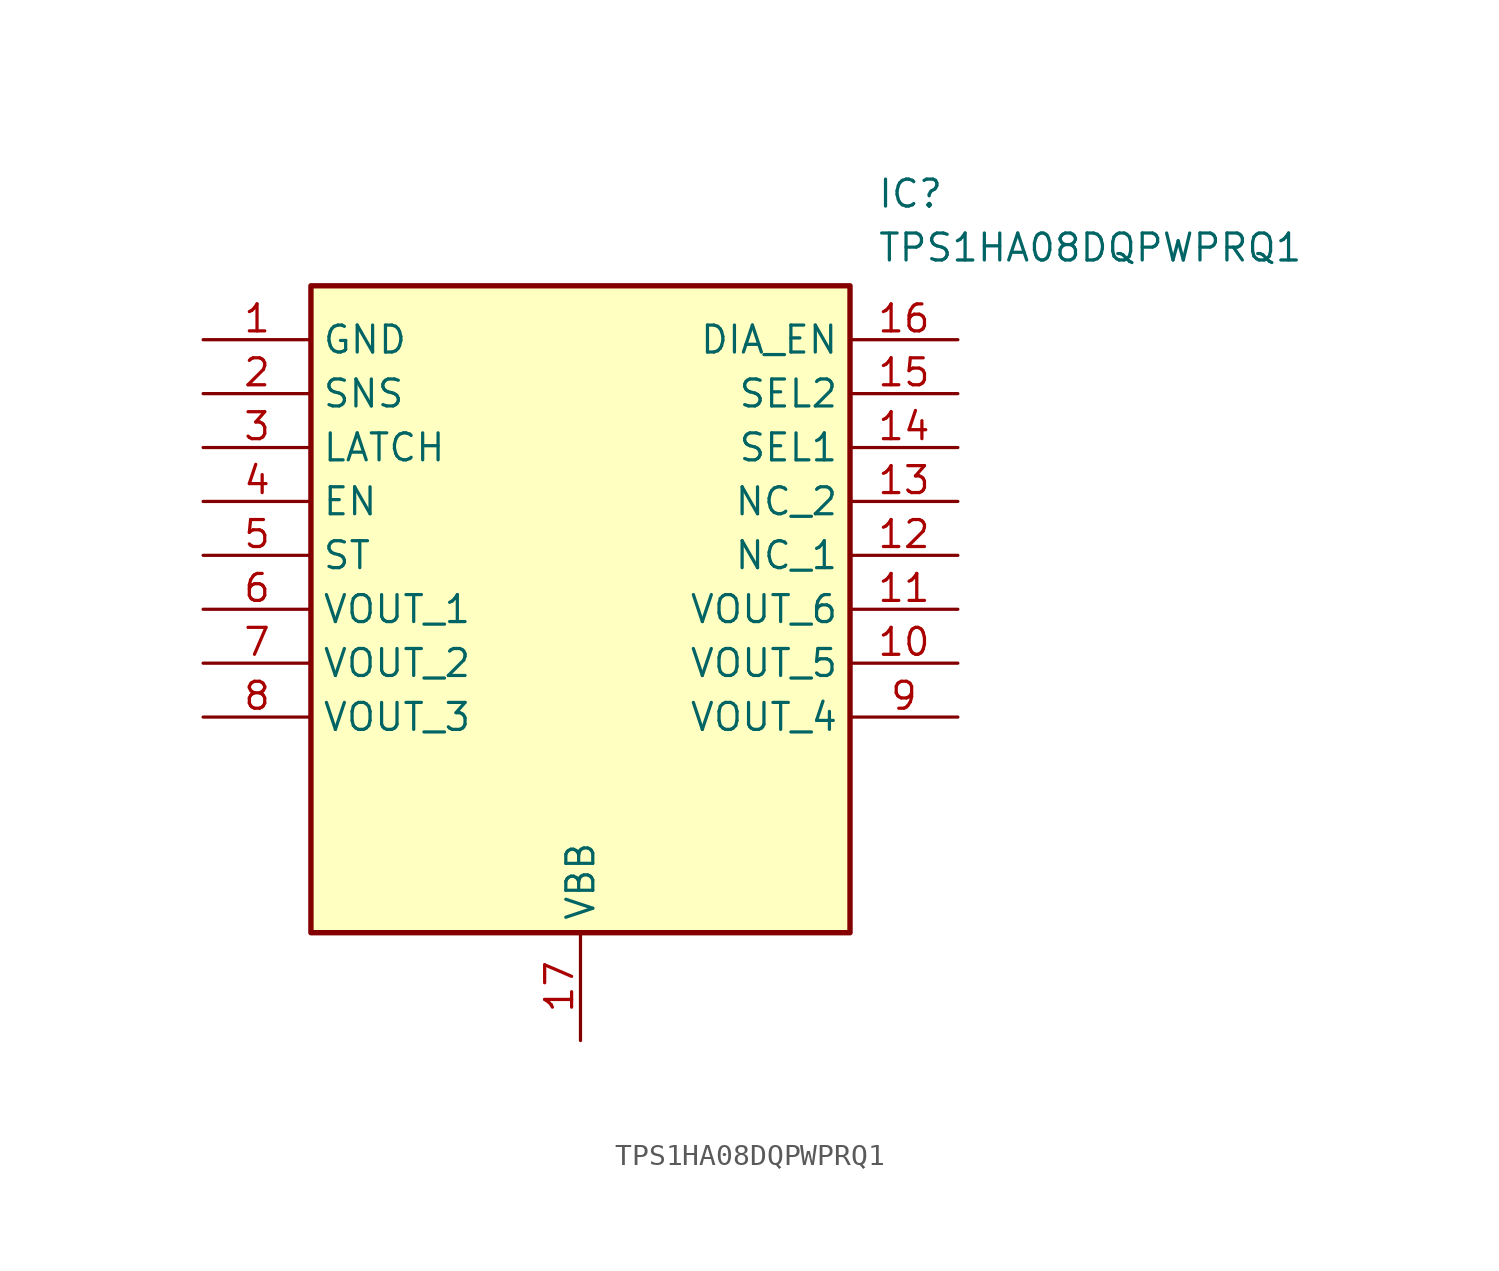
<source format=kicad_sym>
(kicad_symbol_lib
  (version 20211014)
  (generator SamacSys_ECAD_Model)
  (symbol "TPS1HA08DQPWPRQ1"
    (property "Reference" "IC"
      (at 31.75 7.62 0)
      (effects (font (size 1.27 1.27)) (justify left top)))
    (property "Value" "TPS1HA08DQPWPRQ1"
      (at 31.75 5.08 0)
      (effects (font (size 1.27 1.27)) (justify left top)))
    (rectangle
      (start 5.08 2.54)
      (end 30.48 -27.94)
      (stroke (width 0.254) (type default))
      (fill (type background)))
    (pin passive line
      (at 0 0 0)
      (length 5.08)
      (name "GND" (effects (font (size 1.27 1.27))))
      (number "1" (effects (font (size 1.27 1.27)))))
    (pin passive line
      (at 0 -2.54 0)
      (length 5.08)
      (name "SNS" (effects (font (size 1.27 1.27))))
      (number "2" (effects (font (size 1.27 1.27)))))
    (pin passive line
      (at 0 -5.08 0)
      (length 5.08)
      (name "LATCH" (effects (font (size 1.27 1.27))))
      (number "3" (effects (font (size 1.27 1.27)))))
    (pin passive line
      (at 0 -7.62 0)
      (length 5.08)
      (name "EN" (effects (font (size 1.27 1.27))))
      (number "4" (effects (font (size 1.27 1.27)))))
    (pin passive line
      (at 0 -10.16 0)
      (length 5.08)
      (name "ST" (effects (font (size 1.27 1.27))))
      (number "5" (effects (font (size 1.27 1.27)))))
    (pin passive line
      (at 0 -12.7 0)
      (length 5.08)
      (name "VOUT_1" (effects (font (size 1.27 1.27))))
      (number "6" (effects (font (size 1.27 1.27)))))
    (pin passive line
      (at 0 -15.24 0)
      (length 5.08)
      (name "VOUT_2" (effects (font (size 1.27 1.27))))
      (number "7" (effects (font (size 1.27 1.27)))))
    (pin passive line
      (at 0 -17.78 0)
      (length 5.08)
      (name "VOUT_3" (effects (font (size 1.27 1.27))))
      (number "8" (effects (font (size 1.27 1.27)))))
    (pin passive line
      (at 17.78 -33.02 90)
      (length 5.08)
      (name "VBB" (effects (font (size 1.27 1.27))))
      (number "17" (effects (font (size 1.27 1.27)))))
    (pin passive line
      (at 35.56 0 180)
      (length 5.08)
      (name "DIA_EN" (effects (font (size 1.27 1.27))))
      (number "16" (effects (font (size 1.27 1.27)))))
    (pin passive line
      (at 35.56 -2.54 180)
      (length 5.08)
      (name "SEL2" (effects (font (size 1.27 1.27))))
      (number "15" (effects (font (size 1.27 1.27)))))
    (pin passive line
      (at 35.56 -5.08 180)
      (length 5.08)
      (name "SEL1" (effects (font (size 1.27 1.27))))
      (number "14" (effects (font (size 1.27 1.27)))))
    (pin passive line
      (at 35.56 -7.62 180)
      (length 5.08)
      (name "NC_2" (effects (font (size 1.27 1.27))))
      (number "13" (effects (font (size 1.27 1.27)))))
    (pin passive line
      (at 35.56 -10.16 180)
      (length 5.08)
      (name "NC_1" (effects (font (size 1.27 1.27))))
      (number "12" (effects (font (size 1.27 1.27)))))
    (pin passive line
      (at 35.56 -12.7 180)
      (length 5.08)
      (name "VOUT_6" (effects (font (size 1.27 1.27))))
      (number "11" (effects (font (size 1.27 1.27)))))
    (pin passive line
      (at 35.56 -15.24 180)
      (length 5.08)
      (name "VOUT_5" (effects (font (size 1.27 1.27))))
      (number "10" (effects (font (size 1.27 1.27)))))
    (pin passive line
      (at 35.56 -17.78 180)
      (length 5.08)
      (name "VOUT_4" (effects (font (size 1.27 1.27))))
      (number "9" (effects (font (size 1.27 1.27)))))))
</source>
